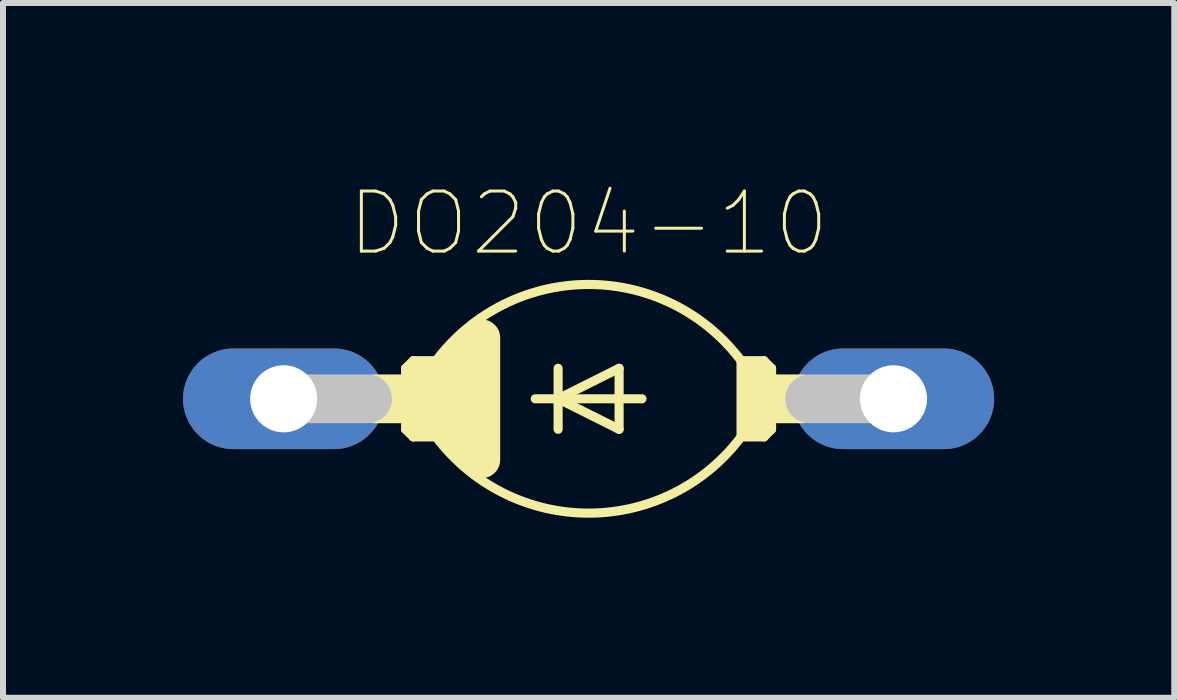
<source format=kicad_pcb>
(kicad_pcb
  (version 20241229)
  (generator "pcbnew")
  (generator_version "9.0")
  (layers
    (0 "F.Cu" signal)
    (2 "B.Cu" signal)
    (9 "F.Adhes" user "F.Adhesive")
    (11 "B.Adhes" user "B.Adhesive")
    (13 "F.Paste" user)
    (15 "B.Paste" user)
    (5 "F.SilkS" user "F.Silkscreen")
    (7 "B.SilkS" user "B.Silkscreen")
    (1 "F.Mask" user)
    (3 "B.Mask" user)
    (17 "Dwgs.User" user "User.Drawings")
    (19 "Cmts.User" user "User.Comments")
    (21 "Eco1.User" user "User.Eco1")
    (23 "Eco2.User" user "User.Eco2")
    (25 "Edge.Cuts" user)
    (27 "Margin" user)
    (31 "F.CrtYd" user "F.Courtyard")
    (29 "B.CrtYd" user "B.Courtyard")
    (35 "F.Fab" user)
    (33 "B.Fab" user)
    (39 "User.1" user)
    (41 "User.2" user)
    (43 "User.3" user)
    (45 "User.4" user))
  (footprint "DO204-10"
    (layer "F.Cu")
    (at 6.756 3.594)
    (property "Reference" "DO204-10" (at 0 -2.921 0) (layer "F.SilkS") (effects (font (size 1 1) (thickness 0.05))))
    (attr through_hole)
    (fp_line (start -3.048 -0.508) (end -2.921 -0.635) (stroke (width 0.152) (type solid)) (layer "F.SilkS"))
    (fp_line (start -3.048 0.508) (end -3.048 -0.508) (stroke (width 0.152) (type solid)) (layer "F.SilkS"))
    (fp_line (start -3.048 0.508) (end -2.921 0.635) (stroke (width 0.152) (type solid)) (layer "F.SilkS"))
    (fp_line (start -2.794 -0.381) (end -2.794 0.381) (stroke (width 0.61) (type solid)) (layer "F.SilkS"))
    (fp_line (start -2.54 -0.635) (end -2.921 -0.635) (stroke (width 0.152) (type solid)) (layer "F.SilkS"))
    (fp_line (start -2.54 -0.635) (end -2.54 0.635) (stroke (width 0.152) (type solid)) (layer "F.SilkS"))
    (fp_line (start -2.54 0.635) (end -2.921 0.635) (stroke (width 0.152) (type solid)) (layer "F.SilkS"))
    (fp_line (start -2.286 -0.508) (end -2.286 0.508) (stroke (width 0.61) (type solid)) (layer "F.SilkS"))
    (fp_line (start -2.286 -0.508) (end -2.032 -0.762) (stroke (width 0.61) (type solid)) (layer "F.SilkS"))
    (fp_line (start -2.032 0.762) (end -2.286 0.508) (stroke (width 0.61) (type solid)) (layer "F.SilkS"))
    (fp_line (start -1.778 -1.016) (end -1.778 1.016) (stroke (width 0.61) (type solid)) (layer "F.SilkS"))
    (fp_line (start -0.889 0) (end -0.508 0) (stroke (width 0.152) (type solid)) (layer "F.SilkS"))
    (fp_line (start -0.508 -0.508) (end -0.508 0) (stroke (width 0.152) (type solid)) (layer "F.SilkS"))
    (fp_line (start -0.508 0) (end -0.508 0.508) (stroke (width 0.152) (type solid)) (layer "F.SilkS"))
    (fp_line (start -0.508 0) (end 0.508 -0.508) (stroke (width 0.152) (type solid)) (layer "F.SilkS"))
    (fp_line (start -0.508 0) (end 0.889 0) (stroke (width 0.152) (type solid)) (layer "F.SilkS"))
    (fp_line (start 0.508 -0.508) (end 0.508 0.508) (stroke (width 0.152) (type solid)) (layer "F.SilkS"))
    (fp_line (start 0.508 0.508) (end -0.508 0) (stroke (width 0.152) (type solid)) (layer "F.SilkS"))
    (fp_line (start 2.54 -0.635) (end 2.54 0.635) (stroke (width 0.152) (type solid)) (layer "F.SilkS"))
    (fp_line (start 2.54 -0.635) (end 2.921 -0.635) (stroke (width 0.152) (type solid)) (layer "F.SilkS"))
    (fp_line (start 2.54 0.635) (end 2.921 0.635) (stroke (width 0.152) (type solid)) (layer "F.SilkS"))
    (fp_line (start 2.794 -0.381) (end 2.794 0.381) (stroke (width 0.61) (type solid)) (layer "F.SilkS"))
    (fp_line (start 3.048 -0.508) (end 2.921 -0.635) (stroke (width 0.152) (type solid)) (layer "F.SilkS"))
    (fp_line (start 3.048 0.508) (end 2.921 0.635) (stroke (width 0.152) (type solid)) (layer "F.SilkS"))
    (fp_line (start 3.048 0.508) (end 3.048 -0.508) (stroke (width 0.152) (type solid)) (layer "F.SilkS"))
    (fp_arc (start -2.539135 -0.636153) (mid -0.011307 -1.904986) (end 2.5255 -0.6542) (stroke (width 0.1524) (type solid)) (layer "F.SilkS"))
    (fp_arc (start 2.54 0.635) (mid 0.012748 1.90498) (end -2.524626 0.655347) (stroke (width 0.1524) (type solid)) (layer "F.SilkS"))
    (fp_poly (pts (xy -3.612 -0.406) (xy -3.048 -0.406) (xy -3.048 0.407) (xy -3.612 0.407)) (stroke (width 0) (type solid)) (fill yes) (layer "F.SilkS"))
    (fp_poly (pts (xy 3.053 -0.406) (xy 3.607 -0.406) (xy 3.607 0.407) (xy 3.053 0.407)) (stroke (width 0) (type solid)) (fill yes) (layer "F.SilkS"))
    (fp_line (start -5.08 0) (end -3.683 0) (stroke (width 0.813) (type solid)) (layer "Dwgs.User"))
    (fp_line (start 5.08 0) (end 3.683 0) (stroke (width 0.813) (type solid)) (layer "Dwgs.User"))
    (pad "1" thru_hole oval (at 5.08 0) (size 3.353 1.676) (drill 1.118) (layers "*.Cu" "*.Mask"))
    (pad "2" thru_hole oval (at -5.08 0) (size 3.353 1.676) (drill 1.118) (layers "*.Cu" "*.Mask")))
  (gr_rect
    (start -3 -3)
    (end 16.513 8.575)
    (stroke (width 0.1) (type default))
    (fill no)
    (layer "Edge.Cuts")))
</source>
